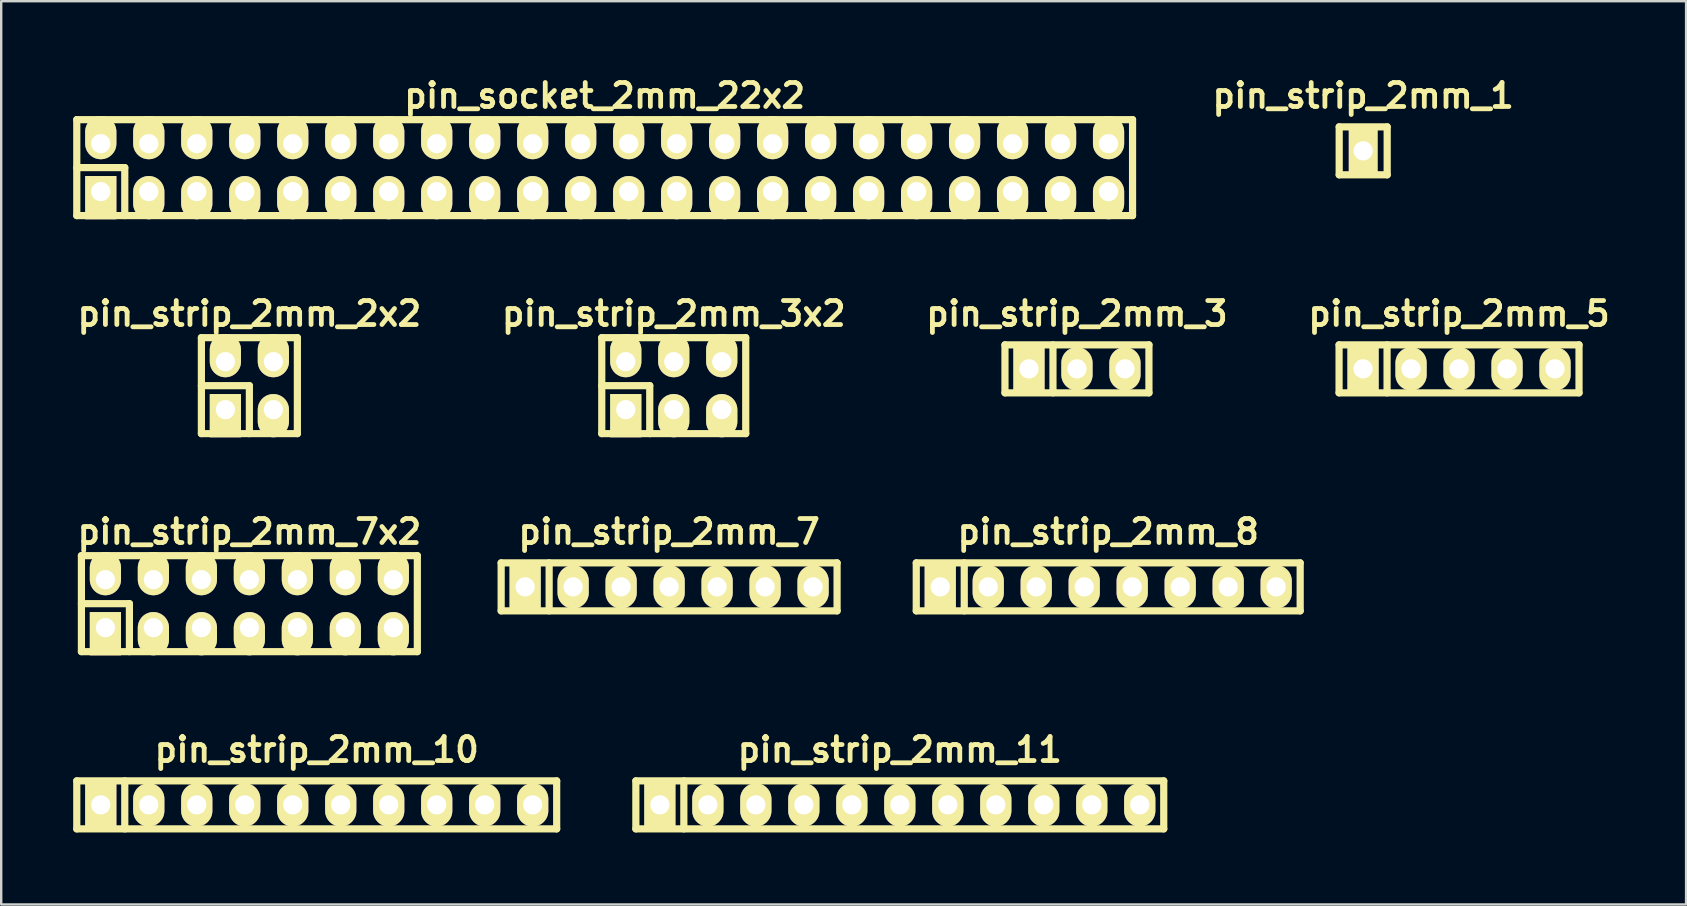
<source format=kicad_pcb>
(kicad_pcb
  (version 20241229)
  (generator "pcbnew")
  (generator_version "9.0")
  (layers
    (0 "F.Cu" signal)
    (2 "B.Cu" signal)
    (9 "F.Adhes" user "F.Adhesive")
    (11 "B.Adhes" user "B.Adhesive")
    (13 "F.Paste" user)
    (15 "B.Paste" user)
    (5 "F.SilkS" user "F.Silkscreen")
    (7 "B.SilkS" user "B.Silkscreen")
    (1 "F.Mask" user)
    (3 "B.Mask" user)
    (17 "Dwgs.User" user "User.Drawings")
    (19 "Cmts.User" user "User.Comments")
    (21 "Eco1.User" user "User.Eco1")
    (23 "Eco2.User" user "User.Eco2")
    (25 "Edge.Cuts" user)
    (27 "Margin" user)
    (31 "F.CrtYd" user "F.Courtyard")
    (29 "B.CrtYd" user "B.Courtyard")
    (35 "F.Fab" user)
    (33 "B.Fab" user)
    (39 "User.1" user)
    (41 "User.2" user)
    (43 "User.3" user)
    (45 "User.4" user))
  (footprint "pin_strip_2mm_7"
    (layer "F.Cu")
    (at 24.836 21.408)
    (property "Reference" "pin_strip_2mm_7" (at 0 -2.3 0) (layer "F.SilkS") (effects (font (size 1 1) (thickness 0.2))))
    (attr through_hole)
    (fp_line (start -7 -1) (end 7 -1) (stroke (width 0.3) (type solid)) (layer "F.SilkS"))
    (fp_line (start -7 1) (end -7 -1) (stroke (width 0.3) (type solid)) (layer "F.SilkS"))
    (fp_line (start -5 -1) (end -5 1) (stroke (width 0.3) (type solid)) (layer "F.SilkS"))
    (fp_line (start 7 -1) (end 7 1) (stroke (width 0.3) (type solid)) (layer "F.SilkS"))
    (fp_line (start 7 1) (end -7 1) (stroke (width 0.3) (type solid)) (layer "F.SilkS"))
    (pad "1" thru_hole rect (at -6 0) (size 1.3 1.8) (drill 0.8) (layers "*.Cu" "*.Mask" "F.SilkS"))
    (pad "2" thru_hole oval (at -4 0) (size 1.3 1.8) (drill 0.8) (layers "*.Cu" "*.Mask" "F.SilkS"))
    (pad "3" thru_hole oval (at -2 0) (size 1.3 1.8) (drill 0.8) (layers "*.Cu" "*.Mask" "F.SilkS"))
    (pad "4" thru_hole oval (at 0 0) (size 1.3 1.8) (drill 0.8) (layers "*.Cu" "*.Mask" "F.SilkS"))
    (pad "5" thru_hole oval (at 2 0) (size 1.3 1.8) (drill 0.8) (layers "*.Cu" "*.Mask" "F.SilkS"))
    (pad "6" thru_hole oval (at 4 0) (size 1.3 1.8) (drill 0.8) (layers "*.Cu" "*.Mask" "F.SilkS"))
    (pad "7" thru_hole oval (at 6 0) (size 1.3 1.8) (drill 0.8) (layers "*.Cu" "*.Mask" "F.SilkS")))
  (footprint "pin_strip_2mm_11"
    (layer "F.Cu")
    (at 34.45 30.494)
    (property "Reference" "pin_strip_2mm_11" (at 0 -2.3 0) (layer "F.SilkS") (effects (font (size 1 1) (thickness 0.2))))
    (attr through_hole)
    (fp_line (start -11 -1) (end 11 -1) (stroke (width 0.3) (type solid)) (layer "F.SilkS"))
    (fp_line (start -11 1) (end -11 -1) (stroke (width 0.3) (type solid)) (layer "F.SilkS"))
    (fp_line (start -9 -1) (end -9 1) (stroke (width 0.3) (type solid)) (layer "F.SilkS"))
    (fp_line (start 11 -1) (end 11 1) (stroke (width 0.3) (type solid)) (layer "F.SilkS"))
    (fp_line (start 11 1) (end -11 1) (stroke (width 0.3) (type solid)) (layer "F.SilkS"))
    (pad "1" thru_hole rect (at -10 0) (size 1.3 1.8) (drill 0.8) (layers "*.Cu" "*.Mask" "F.SilkS"))
    (pad "2" thru_hole oval (at -8 0) (size 1.3 1.8) (drill 0.8) (layers "*.Cu" "*.Mask" "F.SilkS"))
    (pad "3" thru_hole oval (at -6 0) (size 1.3 1.8) (drill 0.8) (layers "*.Cu" "*.Mask" "F.SilkS"))
    (pad "4" thru_hole oval (at -4 0) (size 1.3 1.8) (drill 0.8) (layers "*.Cu" "*.Mask" "F.SilkS"))
    (pad "5" thru_hole oval (at -2 0) (size 1.3 1.8) (drill 0.8) (layers "*.Cu" "*.Mask" "F.SilkS"))
    (pad "6" thru_hole oval (at 0 0) (size 1.3 1.8) (drill 0.8) (layers "*.Cu" "*.Mask" "F.SilkS"))
    (pad "7" thru_hole oval (at 2 0) (size 1.3 1.8) (drill 0.8) (layers "*.Cu" "*.Mask" "F.SilkS"))
    (pad "8" thru_hole oval (at 4 0) (size 1.3 1.8) (drill 0.8) (layers "*.Cu" "*.Mask" "F.SilkS"))
    (pad "9" thru_hole oval (at 6 0) (size 1.3 1.8) (drill 0.8) (layers "*.Cu" "*.Mask" "F.SilkS"))
    (pad "10" thru_hole oval (at 8 0) (size 1.3 1.8) (drill 0.8) (layers "*.Cu" "*.Mask" "F.SilkS"))
    (pad "11" thru_hole oval (at 10 0) (size 1.3 1.8) (drill 0.8) (layers "*.Cu" "*.Mask" "F.SilkS")))
  (footprint "pin_socket_2mm_22x2"
    (layer "F.Cu")
    (at 22.15 3.936)
    (property "Reference" "pin_socket_2mm_22x2" (at 0 -3 0) (layer "F.SilkS") (effects (font (size 1 1) (thickness 0.2))))
    (attr through_hole)
    (fp_line (start -22 -2) (end 22 -2) (stroke (width 0.3) (type solid)) (layer "F.SilkS"))
    (fp_line (start -22 0) (end -20 0) (stroke (width 0.3) (type solid)) (layer "F.SilkS"))
    (fp_line (start -22 2) (end -22 -2) (stroke (width 0.3) (type solid)) (layer "F.SilkS"))
    (fp_line (start -20 0) (end -20 2) (stroke (width 0.3) (type solid)) (layer "F.SilkS"))
    (fp_line (start 22 -2) (end 22 2) (stroke (width 0.3) (type solid)) (layer "F.SilkS"))
    (fp_line (start 22 2) (end -22 2) (stroke (width 0.3) (type solid)) (layer "F.SilkS"))
    (pad "1" thru_hole rect (at -21 1) (size 1.3 1.8) (drill 0.8 (offset 0 0.25)) (layers "*.Cu" "*.Mask" "F.SilkS"))
    (pad "2" thru_hole oval (at -21 -1) (size 1.3 1.8) (drill 0.8 (offset 0 -0.25)) (layers "*.Cu" "*.Mask" "F.SilkS"))
    (pad "3" thru_hole oval (at -19 1) (size 1.3 1.8) (drill 0.8 (offset 0 0.25)) (layers "*.Cu" "*.Mask" "F.SilkS"))
    (pad "4" thru_hole oval (at -19 -1) (size 1.3 1.8) (drill 0.8 (offset 0 -0.25)) (layers "*.Cu" "*.Mask" "F.SilkS"))
    (pad "5" thru_hole oval (at -17 1) (size 1.3 1.8) (drill 0.8 (offset 0 0.25)) (layers "*.Cu" "*.Mask" "F.SilkS"))
    (pad "6" thru_hole oval (at -17 -1) (size 1.3 1.8) (drill 0.8 (offset 0 -0.25)) (layers "*.Cu" "*.Mask" "F.SilkS"))
    (pad "7" thru_hole oval (at -15 1) (size 1.3 1.8) (drill 0.8 (offset 0 0.25)) (layers "*.Cu" "*.Mask" "F.SilkS"))
    (pad "8" thru_hole oval (at -15 -1) (size 1.3 1.8) (drill 0.8 (offset 0 -0.25)) (layers "*.Cu" "*.Mask" "F.SilkS"))
    (pad "9" thru_hole oval (at -13 1) (size 1.3 1.8) (drill 0.8 (offset 0 0.25)) (layers "*.Cu" "*.Mask" "F.SilkS"))
    (pad "10" thru_hole oval (at -13 -1) (size 1.3 1.8) (drill 0.8 (offset 0 -0.25)) (layers "*.Cu" "*.Mask" "F.SilkS"))
    (pad "11" thru_hole oval (at -11 1) (size 1.3 1.8) (drill 0.8 (offset 0 0.25)) (layers "*.Cu" "*.Mask" "F.SilkS"))
    (pad "12" thru_hole oval (at -11 -1) (size 1.3 1.8) (drill 0.8 (offset 0 -0.25)) (layers "*.Cu" "*.Mask" "F.SilkS"))
    (pad "13" thru_hole oval (at -9 1) (size 1.3 1.8) (drill 0.8 (offset 0 0.25)) (layers "*.Cu" "*.Mask" "F.SilkS"))
    (pad "14" thru_hole oval (at -9 -1) (size 1.3 1.8) (drill 0.8 (offset 0 -0.25)) (layers "*.Cu" "*.Mask" "F.SilkS"))
    (pad "15" thru_hole oval (at -7 1) (size 1.3 1.8) (drill 0.8 (offset 0 0.25)) (layers "*.Cu" "*.Mask" "F.SilkS"))
    (pad "16" thru_hole oval (at -7 -1) (size 1.3 1.8) (drill 0.8 (offset 0 -0.25)) (layers "*.Cu" "*.Mask" "F.SilkS"))
    (pad "17" thru_hole oval (at -5 1) (size 1.3 1.8) (drill 0.8 (offset 0 0.25)) (layers "*.Cu" "*.Mask" "F.SilkS"))
    (pad "18" thru_hole oval (at -5 -1) (size 1.3 1.8) (drill 0.8 (offset 0 -0.25)) (layers "*.Cu" "*.Mask" "F.SilkS"))
    (pad "19" thru_hole oval (at -3 1) (size 1.3 1.8) (drill 0.8 (offset 0 0.25)) (layers "*.Cu" "*.Mask" "F.SilkS"))
    (pad "20" thru_hole oval (at -3 -1) (size 1.3 1.8) (drill 0.8 (offset 0 -0.25)) (layers "*.Cu" "*.Mask" "F.SilkS"))
    (pad "21" thru_hole oval (at -1 1) (size 1.3 1.8) (drill 0.8 (offset 0 0.25)) (layers "*.Cu" "*.Mask" "F.SilkS"))
    (pad "22" thru_hole oval (at -1 -1) (size 1.3 1.8) (drill 0.8 (offset 0 -0.25)) (layers "*.Cu" "*.Mask" "F.SilkS"))
    (pad "23" thru_hole oval (at 1 1) (size 1.3 1.8) (drill 0.8 (offset 0 0.25)) (layers "*.Cu" "*.Mask" "F.SilkS"))
    (pad "24" thru_hole oval (at 1 -1) (size 1.3 1.8) (drill 0.8 (offset 0 -0.25)) (layers "*.Cu" "*.Mask" "F.SilkS"))
    (pad "25" thru_hole oval (at 3 1) (size 1.3 1.8) (drill 0.8 (offset 0 0.25)) (layers "*.Cu" "*.Mask" "F.SilkS"))
    (pad "26" thru_hole oval (at 3 -1) (size 1.3 1.8) (drill 0.8 (offset 0 -0.25)) (layers "*.Cu" "*.Mask" "F.SilkS"))
    (pad "27" thru_hole oval (at 5 1) (size 1.3 1.8) (drill 0.8 (offset 0 0.25)) (layers "*.Cu" "*.Mask" "F.SilkS"))
    (pad "28" thru_hole oval (at 5 -1) (size 1.3 1.8) (drill 0.8 (offset 0 -0.25)) (layers "*.Cu" "*.Mask" "F.SilkS"))
    (pad "29" thru_hole oval (at 7 1) (size 1.3 1.8) (drill 0.8 (offset 0 0.25)) (layers "*.Cu" "*.Mask" "F.SilkS"))
    (pad "30" thru_hole oval (at 7 -1) (size 1.3 1.8) (drill 0.8 (offset 0 -0.25)) (layers "*.Cu" "*.Mask" "F.SilkS"))
    (pad "31" thru_hole oval (at 9 1) (size 1.3 1.8) (drill 0.8 (offset 0 0.25)) (layers "*.Cu" "*.Mask" "F.SilkS"))
    (pad "32" thru_hole oval (at 9 -1) (size 1.3 1.8) (drill 0.8 (offset 0 -0.25)) (layers "*.Cu" "*.Mask" "F.SilkS"))
    (pad "33" thru_hole oval (at 11 1) (size 1.3 1.8) (drill 0.8 (offset 0 0.25)) (layers "*.Cu" "*.Mask" "F.SilkS"))
    (pad "34" thru_hole oval (at 11 -1) (size 1.3 1.8) (drill 0.8 (offset 0 -0.25)) (layers "*.Cu" "*.Mask" "F.SilkS"))
    (pad "35" thru_hole oval (at 13 1) (size 1.3 1.8) (drill 0.8 (offset 0 0.25)) (layers "*.Cu" "*.Mask" "F.SilkS"))
    (pad "36" thru_hole oval (at 13 -1) (size 1.3 1.8) (drill 0.8 (offset 0 -0.25)) (layers "*.Cu" "*.Mask" "F.SilkS"))
    (pad "37" thru_hole oval (at 15 1) (size 1.3 1.8) (drill 0.8 (offset 0 0.25)) (layers "*.Cu" "*.Mask" "F.SilkS"))
    (pad "38" thru_hole oval (at 15 -1) (size 1.3 1.8) (drill 0.8 (offset 0 -0.25)) (layers "*.Cu" "*.Mask" "F.SilkS"))
    (pad "39" thru_hole oval (at 17 1) (size 1.3 1.8) (drill 0.8 (offset 0 0.25)) (layers "*.Cu" "*.Mask" "F.SilkS"))
    (pad "40" thru_hole oval (at 17 -1) (size 1.3 1.8) (drill 0.8 (offset 0 -0.25)) (layers "*.Cu" "*.Mask" "F.SilkS"))
    (pad "41" thru_hole oval (at 19 1) (size 1.3 1.8) (drill 0.8 (offset 0 0.25)) (layers "*.Cu" "*.Mask" "F.SilkS"))
    (pad "42" thru_hole oval (at 19 -1) (size 1.3 1.8) (drill 0.8 (offset 0 -0.25)) (layers "*.Cu" "*.Mask" "F.SilkS"))
    (pad "43" thru_hole oval (at 21 1) (size 1.3 1.8) (drill 0.8 (offset 0 0.25)) (layers "*.Cu" "*.Mask" "F.SilkS"))
    (pad "44" thru_hole oval (at 21 -1) (size 1.3 1.8) (drill 0.8 (offset 0 -0.25)) (layers "*.Cu" "*.Mask" "F.SilkS")))
  (footprint "pin_strip_2mm_3x2"
    (layer "F.Cu")
    (at 25.029 13.022)
    (property "Reference" "pin_strip_2mm_3x2" (at 0 -3 0) (layer "F.SilkS") (effects (font (size 1 1) (thickness 0.2))))
    (attr through_hole)
    (fp_line (start -3 -2) (end 3 -2) (stroke (width 0.3) (type solid)) (layer "F.SilkS"))
    (fp_line (start -3 0) (end -1 0) (stroke (width 0.3) (type solid)) (layer "F.SilkS"))
    (fp_line (start -3 2) (end -3 -2) (stroke (width 0.3) (type solid)) (layer "F.SilkS"))
    (fp_line (start -1 0) (end -1 2) (stroke (width 0.3) (type solid)) (layer "F.SilkS"))
    (fp_line (start 3 -2) (end 3 2) (stroke (width 0.3) (type solid)) (layer "F.SilkS"))
    (fp_line (start 3 2) (end -3 2) (stroke (width 0.3) (type solid)) (layer "F.SilkS"))
    (pad "1" thru_hole rect (at -2 1) (size 1.3 1.8) (drill 0.8 (offset 0 0.25)) (layers "*.Cu" "*.Mask" "F.SilkS"))
    (pad "2" thru_hole oval (at -2 -1) (size 1.3 1.8) (drill 0.8 (offset 0 -0.25)) (layers "*.Cu" "*.Mask" "F.SilkS"))
    (pad "3" thru_hole oval (at 0 1) (size 1.3 1.8) (drill 0.8 (offset 0 0.25)) (layers "*.Cu" "*.Mask" "F.SilkS"))
    (pad "4" thru_hole oval (at 0 -1) (size 1.3 1.8) (drill 0.8 (offset 0 -0.25)) (layers "*.Cu" "*.Mask" "F.SilkS"))
    (pad "5" thru_hole oval (at 2 1) (size 1.3 1.8) (drill 0.8 (offset 0 0.25)) (layers "*.Cu" "*.Mask" "F.SilkS"))
    (pad "6" thru_hole oval (at 2 -1) (size 1.3 1.8) (drill 0.8 (offset 0 -0.25)) (layers "*.Cu" "*.Mask" "F.SilkS")))
  (footprint "pin_strip_2mm_1"
    (layer "F.Cu")
    (at 53.762 3.236)
    (property "Reference" "pin_strip_2mm_1" (at 0 -2.3 0) (layer "F.SilkS") (effects (font (size 1 1) (thickness 0.2))))
    (attr through_hole)
    (fp_line (start -1 -1) (end 1 -1) (stroke (width 0.3) (type solid)) (layer "F.SilkS"))
    (fp_line (start -1 1) (end -1 -1) (stroke (width 0.3) (type solid)) (layer "F.SilkS"))
    (fp_line (start 1 -1) (end 1 1) (stroke (width 0.3) (type solid)) (layer "F.SilkS"))
    (fp_line (start 1 1) (end -1 1) (stroke (width 0.3) (type solid)) (layer "F.SilkS"))
    (pad "1" thru_hole rect (at 0 0) (size 1.2 1.8) (drill 0.8) (layers "*.Cu" "*.Mask" "F.SilkS")))
  (footprint "pin_strip_2mm_5"
    (layer "F.Cu")
    (at 57.757 12.322)
    (property "Reference" "pin_strip_2mm_5" (at 0 -2.3 0) (layer "F.SilkS") (effects (font (size 1 1) (thickness 0.2))))
    (attr through_hole)
    (fp_line (start -5 -1) (end 5 -1) (stroke (width 0.3) (type solid)) (layer "F.SilkS"))
    (fp_line (start -5 1) (end -5 -1) (stroke (width 0.3) (type solid)) (layer "F.SilkS"))
    (fp_line (start -3 -1) (end -3 1) (stroke (width 0.3) (type solid)) (layer "F.SilkS"))
    (fp_line (start 5 -1) (end 5 1) (stroke (width 0.3) (type solid)) (layer "F.SilkS"))
    (fp_line (start 5 1) (end -5 1) (stroke (width 0.3) (type solid)) (layer "F.SilkS"))
    (pad "1" thru_hole rect (at -4 0) (size 1.3 1.8) (drill 0.8) (layers "*.Cu" "*.Mask" "F.SilkS"))
    (pad "2" thru_hole oval (at -2 0) (size 1.3 1.8) (drill 0.8) (layers "*.Cu" "*.Mask" "F.SilkS"))
    (pad "3" thru_hole oval (at 0 0) (size 1.3 1.8) (drill 0.8) (layers "*.Cu" "*.Mask" "F.SilkS"))
    (pad "4" thru_hole oval (at 2 0) (size 1.3 1.8) (drill 0.8) (layers "*.Cu" "*.Mask" "F.SilkS"))
    (pad "5" thru_hole oval (at 4 0) (size 1.3 1.8) (drill 0.8) (layers "*.Cu" "*.Mask" "F.SilkS")))
  (footprint "pin_strip_2mm_7x2"
    (layer "F.Cu")
    (at 7.343 22.108)
    (property "Reference" "pin_strip_2mm_7x2" (at 0 -3 0) (layer "F.SilkS") (effects (font (size 1 1) (thickness 0.2))))
    (attr through_hole)
    (fp_line (start -7 -2) (end 7 -2) (stroke (width 0.3) (type solid)) (layer "F.SilkS"))
    (fp_line (start -7 0) (end -5 0) (stroke (width 0.3) (type solid)) (layer "F.SilkS"))
    (fp_line (start -7 2) (end -7 -2) (stroke (width 0.3) (type solid)) (layer "F.SilkS"))
    (fp_line (start -5 0) (end -5 2) (stroke (width 0.3) (type solid)) (layer "F.SilkS"))
    (fp_line (start 7 -2) (end 7 2) (stroke (width 0.3) (type solid)) (layer "F.SilkS"))
    (fp_line (start 7 2) (end -7 2) (stroke (width 0.3) (type solid)) (layer "F.SilkS"))
    (pad "1" thru_hole rect (at -6 1) (size 1.3 1.8) (drill 0.8 (offset 0 0.25)) (layers "*.Cu" "*.Mask" "F.SilkS"))
    (pad "2" thru_hole oval (at -6 -1) (size 1.3 1.8) (drill 0.8 (offset 0 -0.25)) (layers "*.Cu" "*.Mask" "F.SilkS"))
    (pad "3" thru_hole oval (at -4 1) (size 1.3 1.8) (drill 0.8 (offset 0 0.25)) (layers "*.Cu" "*.Mask" "F.SilkS"))
    (pad "4" thru_hole oval (at -4 -1) (size 1.3 1.8) (drill 0.8 (offset 0 -0.25)) (layers "*.Cu" "*.Mask" "F.SilkS"))
    (pad "5" thru_hole oval (at -2 1) (size 1.3 1.8) (drill 0.8 (offset 0 0.25)) (layers "*.Cu" "*.Mask" "F.SilkS"))
    (pad "6" thru_hole oval (at -2 -1) (size 1.3 1.8) (drill 0.8 (offset 0 -0.25)) (layers "*.Cu" "*.Mask" "F.SilkS"))
    (pad "7" thru_hole oval (at 0 1) (size 1.3 1.8) (drill 0.8 (offset 0 0.25)) (layers "*.Cu" "*.Mask" "F.SilkS"))
    (pad "8" thru_hole oval (at 0 -1) (size 1.3 1.8) (drill 0.8 (offset 0 -0.25)) (layers "*.Cu" "*.Mask" "F.SilkS"))
    (pad "9" thru_hole oval (at 2 1) (size 1.3 1.8) (drill 0.8 (offset 0 0.25)) (layers "*.Cu" "*.Mask" "F.SilkS"))
    (pad "10" thru_hole oval (at 2 -1) (size 1.3 1.8) (drill 0.8 (offset 0 -0.25)) (layers "*.Cu" "*.Mask" "F.SilkS"))
    (pad "11" thru_hole oval (at 4 1) (size 1.3 1.8) (drill 0.8 (offset 0 0.25)) (layers "*.Cu" "*.Mask" "F.SilkS"))
    (pad "12" thru_hole oval (at 4 -1) (size 1.3 1.8) (drill 0.8 (offset 0 -0.25)) (layers "*.Cu" "*.Mask" "F.SilkS"))
    (pad "13" thru_hole oval (at 6 1) (size 1.3 1.8) (drill 0.8 (offset 0 0.25)) (layers "*.Cu" "*.Mask" "F.SilkS"))
    (pad "14" thru_hole oval (at 6 -1) (size 1.3 1.8) (drill 0.8 (offset 0 -0.25)) (layers "*.Cu" "*.Mask" "F.SilkS")))
  (footprint "pin_strip_2mm_10"
    (layer "F.Cu")
    (at 10.15 30.494)
    (property "Reference" "pin_strip_2mm_10" (at 0 -2.3 0) (layer "F.SilkS") (effects (font (size 1 1) (thickness 0.2))))
    (attr through_hole)
    (fp_line (start -10 -1) (end 10 -1) (stroke (width 0.3) (type solid)) (layer "F.SilkS"))
    (fp_line (start -10 1) (end -10 -1) (stroke (width 0.3) (type solid)) (layer "F.SilkS"))
    (fp_line (start -8 -1) (end -8 1) (stroke (width 0.3) (type solid)) (layer "F.SilkS"))
    (fp_line (start 10 -1) (end 10 1) (stroke (width 0.3) (type solid)) (layer "F.SilkS"))
    (fp_line (start 10 1) (end -10 1) (stroke (width 0.3) (type solid)) (layer "F.SilkS"))
    (pad "1" thru_hole rect (at -9 0) (size 1.3 1.8) (drill 0.8) (layers "*.Cu" "*.Mask" "F.SilkS"))
    (pad "2" thru_hole oval (at -7 0) (size 1.3 1.8) (drill 0.8) (layers "*.Cu" "*.Mask" "F.SilkS"))
    (pad "3" thru_hole oval (at -5 0) (size 1.3 1.8) (drill 0.8) (layers "*.Cu" "*.Mask" "F.SilkS"))
    (pad "4" thru_hole oval (at -3 0) (size 1.3 1.8) (drill 0.8) (layers "*.Cu" "*.Mask" "F.SilkS"))
    (pad "5" thru_hole oval (at -1 0) (size 1.3 1.8) (drill 0.8) (layers "*.Cu" "*.Mask" "F.SilkS"))
    (pad "6" thru_hole oval (at 1 0) (size 1.3 1.8) (drill 0.8) (layers "*.Cu" "*.Mask" "F.SilkS"))
    (pad "7" thru_hole oval (at 3 0) (size 1.3 1.8) (drill 0.8) (layers "*.Cu" "*.Mask" "F.SilkS"))
    (pad "8" thru_hole oval (at 5 0) (size 1.3 1.8) (drill 0.8) (layers "*.Cu" "*.Mask" "F.SilkS"))
    (pad "9" thru_hole oval (at 7 0) (size 1.3 1.8) (drill 0.8) (layers "*.Cu" "*.Mask" "F.SilkS"))
    (pad "10" thru_hole oval (at 9 0) (size 1.3 1.8) (drill 0.8) (layers "*.Cu" "*.Mask" "F.SilkS")))
  (footprint "pin_strip_2mm_2x2"
    (layer "F.Cu")
    (at 7.343 13.022)
    (property "Reference" "pin_strip_2mm_2x2" (at 0 -3 0) (layer "F.SilkS") (effects (font (size 1 1) (thickness 0.2))))
    (attr through_hole)
    (fp_line (start -2 -2) (end 2 -2) (stroke (width 0.3) (type solid)) (layer "F.SilkS"))
    (fp_line (start -2 0) (end 0 0) (stroke (width 0.3) (type solid)) (layer "F.SilkS"))
    (fp_line (start -2 2) (end -2 -2) (stroke (width 0.3) (type solid)) (layer "F.SilkS"))
    (fp_line (start 0 0) (end 0 2) (stroke (width 0.3) (type solid)) (layer "F.SilkS"))
    (fp_line (start 2 -2) (end 2 2) (stroke (width 0.3) (type solid)) (layer "F.SilkS"))
    (fp_line (start 2 2) (end -2 2) (stroke (width 0.3) (type solid)) (layer "F.SilkS"))
    (pad "1" thru_hole rect (at -1 1) (size 1.3 1.8) (drill 0.8 (offset 0 0.25)) (layers "*.Cu" "*.Mask" "F.SilkS"))
    (pad "2" thru_hole oval (at -1 -1) (size 1.3 1.8) (drill 0.8 (offset 0 -0.25)) (layers "*.Cu" "*.Mask" "F.SilkS"))
    (pad "3" thru_hole oval (at 1 1) (size 1.3 1.8) (drill 0.8 (offset 0 0.25)) (layers "*.Cu" "*.Mask" "F.SilkS"))
    (pad "4" thru_hole oval (at 1 -1) (size 1.3 1.8) (drill 0.8 (offset 0 -0.25)) (layers "*.Cu" "*.Mask" "F.SilkS")))
  (footprint "pin_strip_2mm_3"
    (layer "F.Cu")
    (at 41.833 12.322)
    (property "Reference" "pin_strip_2mm_3" (at 0 -2.3 0) (layer "F.SilkS") (effects (font (size 1 1) (thickness 0.2))))
    (attr through_hole)
    (fp_line (start -3 -1) (end 3 -1) (stroke (width 0.3) (type solid)) (layer "F.SilkS"))
    (fp_line (start -3 1) (end -3 -1) (stroke (width 0.3) (type solid)) (layer "F.SilkS"))
    (fp_line (start -1 -1) (end -1 1) (stroke (width 0.3) (type solid)) (layer "F.SilkS"))
    (fp_line (start 3 -1) (end 3 1) (stroke (width 0.3) (type solid)) (layer "F.SilkS"))
    (fp_line (start 3 1) (end -3 1) (stroke (width 0.3) (type solid)) (layer "F.SilkS"))
    (pad "1" thru_hole rect (at -2 0) (size 1.3 1.8) (drill 0.8) (layers "*.Cu" "*.Mask" "F.SilkS"))
    (pad "2" thru_hole oval (at 0 0) (size 1.3 1.8) (drill 0.8) (layers "*.Cu" "*.Mask" "F.SilkS"))
    (pad "3" thru_hole oval (at 2 0) (size 1.3 1.8) (drill 0.8) (layers "*.Cu" "*.Mask" "F.SilkS")))
  (footprint "pin_strip_2mm_8"
    (layer "F.Cu")
    (at 43.136 21.408)
    (property "Reference" "pin_strip_2mm_8" (at 0 -2.3 0) (layer "F.SilkS") (effects (font (size 1 1) (thickness 0.2))))
    (attr through_hole)
    (fp_line (start -8 -1) (end 8 -1) (stroke (width 0.3) (type solid)) (layer "F.SilkS"))
    (fp_line (start -8 1) (end -8 -1) (stroke (width 0.3) (type solid)) (layer "F.SilkS"))
    (fp_line (start -6 -1) (end -6 1) (stroke (width 0.3) (type solid)) (layer "F.SilkS"))
    (fp_line (start 8 -1) (end 8 1) (stroke (width 0.3) (type solid)) (layer "F.SilkS"))
    (fp_line (start 8 1) (end -8 1) (stroke (width 0.3) (type solid)) (layer "F.SilkS"))
    (pad "1" thru_hole rect (at -7 0) (size 1.3 1.8) (drill 0.8) (layers "*.Cu" "*.Mask" "F.SilkS"))
    (pad "2" thru_hole oval (at -5 0) (size 1.3 1.8) (drill 0.8) (layers "*.Cu" "*.Mask" "F.SilkS"))
    (pad "3" thru_hole oval (at -3 0) (size 1.3 1.8) (drill 0.8) (layers "*.Cu" "*.Mask" "F.SilkS"))
    (pad "4" thru_hole oval (at -1 0) (size 1.3 1.8) (drill 0.8) (layers "*.Cu" "*.Mask" "F.SilkS"))
    (pad "5" thru_hole oval (at 1 0) (size 1.3 1.8) (drill 0.8) (layers "*.Cu" "*.Mask" "F.SilkS"))
    (pad "6" thru_hole oval (at 3 0) (size 1.3 1.8) (drill 0.8) (layers "*.Cu" "*.Mask" "F.SilkS"))
    (pad "7" thru_hole oval (at 5 0) (size 1.3 1.8) (drill 0.8) (layers "*.Cu" "*.Mask" "F.SilkS"))
    (pad "8" thru_hole oval (at 7 0) (size 1.3 1.8) (drill 0.8) (layers "*.Cu" "*.Mask" "F.SilkS")))
  (gr_rect
    (start -3 -3)
    (end 67.219 34.644)
    (stroke (width 0.1) (type default))
    (fill no)
    (layer "Edge.Cuts")))
</source>
